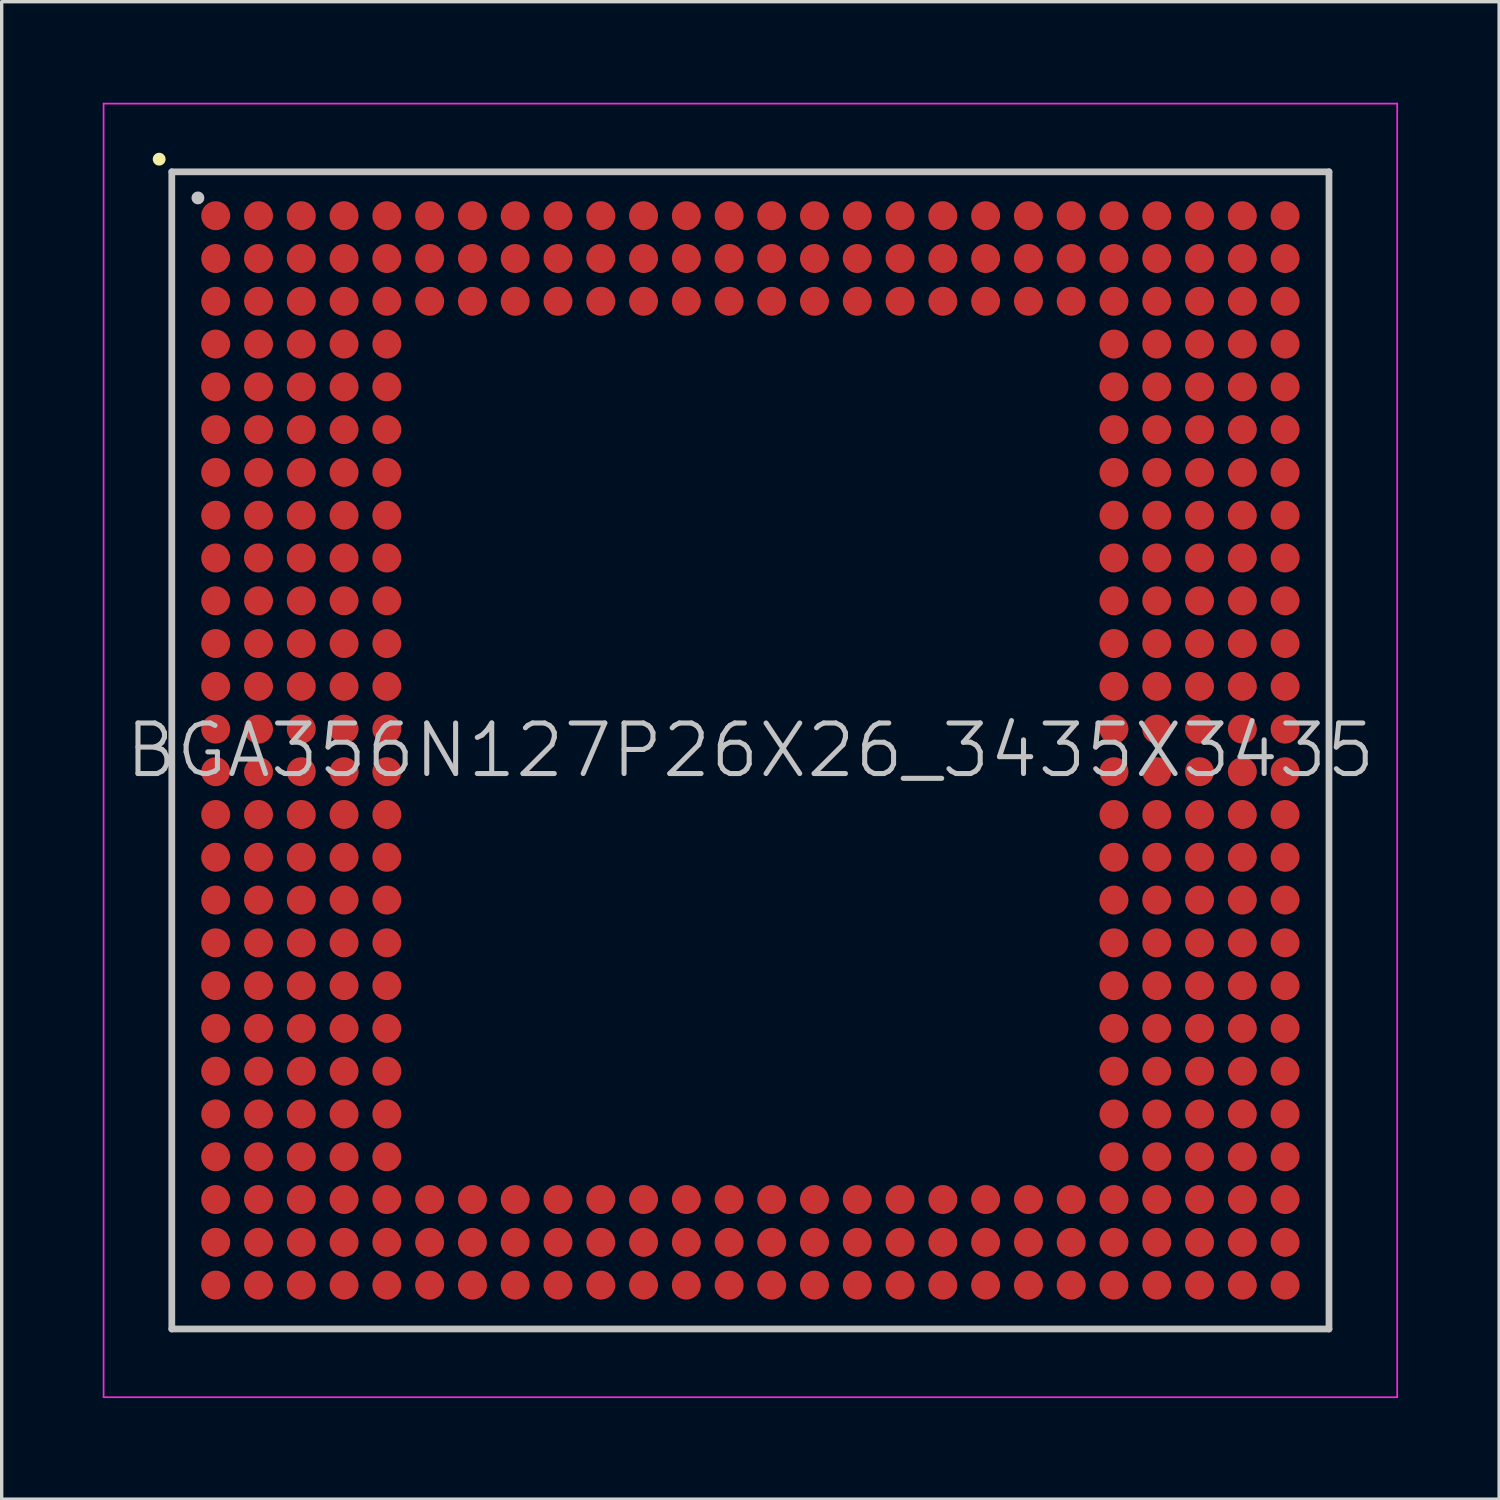
<source format=kicad_pcb>
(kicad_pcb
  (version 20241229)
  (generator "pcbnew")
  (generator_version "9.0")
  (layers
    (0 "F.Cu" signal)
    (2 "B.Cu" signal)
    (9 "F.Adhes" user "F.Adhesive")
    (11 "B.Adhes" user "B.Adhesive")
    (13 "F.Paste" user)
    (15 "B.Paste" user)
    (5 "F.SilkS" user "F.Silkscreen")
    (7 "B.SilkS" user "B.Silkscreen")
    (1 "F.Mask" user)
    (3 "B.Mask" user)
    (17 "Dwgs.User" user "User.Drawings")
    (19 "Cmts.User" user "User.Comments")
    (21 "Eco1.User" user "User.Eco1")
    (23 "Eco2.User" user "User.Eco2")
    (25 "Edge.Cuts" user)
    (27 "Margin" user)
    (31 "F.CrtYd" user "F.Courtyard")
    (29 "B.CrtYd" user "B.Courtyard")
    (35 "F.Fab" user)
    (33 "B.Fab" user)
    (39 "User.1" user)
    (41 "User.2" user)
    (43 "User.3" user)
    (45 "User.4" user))
  (footprint "BGA356N127P26X26_3435X3435"
    (layer "F.Cu")
    (at 19.225 19.225)
    (property "Reference" "BGA356N127P26X26_3435X3435" (at 0 0 0) (layer "Dwgs.User") (effects (font (size 1.5 1.5) (thickness 0.15))))
    (attr smd)
    (fp_line (start -17.55 -17.55) (end -17.55 -17.55) (stroke (width 0.381) (type solid)) (layer "F.SilkS"))
    (fp_line (start -17.175 -17.175) (end -17.175 17.175) (stroke (width 0.2) (type solid)) (layer "Dwgs.User"))
    (fp_line (start -17.175 -17.175) (end 17.175 -17.175) (stroke (width 0.2) (type solid)) (layer "Dwgs.User"))
    (fp_line (start -17.175 17.175) (end 17.175 17.175) (stroke (width 0.2) (type solid)) (layer "Dwgs.User"))
    (fp_line (start -16.4 -16.4) (end -16.4 -16.4) (stroke (width 0.381) (type solid)) (layer "Dwgs.User"))
    (fp_line (start 17.175 -17.175) (end 17.175 17.175) (stroke (width 0.2) (type solid)) (layer "Dwgs.User"))
    (fp_line (start -19.2 -19.2) (end -19.2 19.2) (stroke (width 0.05) (type solid)) (layer "F.CrtYd"))
    (fp_line (start -19.2 -19.2) (end 19.2 -19.2) (stroke (width 0.05) (type solid)) (layer "F.CrtYd"))
    (fp_line (start -19.2 19.2) (end 19.2 19.2) (stroke (width 0.05) (type solid)) (layer "F.CrtYd"))
    (fp_line (start 19.2 -19.2) (end 19.2 19.2) (stroke (width 0.05) (type solid)) (layer "F.CrtYd"))
    (pad "A1" smd circle (at -15.872 -15.872 270) (size 0.86 0.86) (layers "F.Cu" "F.Mask" "F.Paste"))
    (pad "A2" smd circle (at -14.602 -15.872 270) (size 0.86 0.86) (layers "F.Cu" "F.Mask" "F.Paste"))
    (pad "A3" smd circle (at -13.332 -15.872 270) (size 0.86 0.86) (layers "F.Cu" "F.Mask" "F.Paste"))
    (pad "A4" smd circle (at -12.062 -15.872 270) (size 0.86 0.86) (layers "F.Cu" "F.Mask" "F.Paste"))
    (pad "A5" smd circle (at -10.792 -15.872 270) (size 0.86 0.86) (layers "F.Cu" "F.Mask" "F.Paste"))
    (pad "A6" smd circle (at -9.522 -15.872 270) (size 0.86 0.86) (layers "F.Cu" "F.Mask" "F.Paste"))
    (pad "A7" smd circle (at -8.252 -15.872 270) (size 0.86 0.86) (layers "F.Cu" "F.Mask" "F.Paste"))
    (pad "A8" smd circle (at -6.982 -15.872 270) (size 0.86 0.86) (layers "F.Cu" "F.Mask" "F.Paste"))
    (pad "A9" smd circle (at -5.712 -15.872 270) (size 0.86 0.86) (layers "F.Cu" "F.Mask" "F.Paste"))
    (pad "A10" smd circle (at -4.442 -15.872 270) (size 0.86 0.86) (layers "F.Cu" "F.Mask" "F.Paste"))
    (pad "A11" smd circle (at -3.172 -15.872 270) (size 0.86 0.86) (layers "F.Cu" "F.Mask" "F.Paste"))
    (pad "A12" smd circle (at -1.902 -15.872 270) (size 0.86 0.86) (layers "F.Cu" "F.Mask" "F.Paste"))
    (pad "A13" smd circle (at -0.632 -15.872 270) (size 0.86 0.86) (layers "F.Cu" "F.Mask" "F.Paste"))
    (pad "A14" smd circle (at 0.632 -15.872 270) (size 0.86 0.86) (layers "F.Cu" "F.Mask" "F.Paste"))
    (pad "A15" smd circle (at 1.902 -15.872 270) (size 0.86 0.86) (layers "F.Cu" "F.Mask" "F.Paste"))
    (pad "A16" smd circle (at 3.172 -15.872 270) (size 0.86 0.86) (layers "F.Cu" "F.Mask" "F.Paste"))
    (pad "A17" smd circle (at 4.442 -15.872 270) (size 0.86 0.86) (layers "F.Cu" "F.Mask" "F.Paste"))
    (pad "A18" smd circle (at 5.712 -15.872 270) (size 0.86 0.86) (layers "F.Cu" "F.Mask" "F.Paste"))
    (pad "A19" smd circle (at 6.982 -15.872 270) (size 0.86 0.86) (layers "F.Cu" "F.Mask" "F.Paste"))
    (pad "A20" smd circle (at 8.252 -15.872 270) (size 0.86 0.86) (layers "F.Cu" "F.Mask" "F.Paste"))
    (pad "A21" smd circle (at 9.522 -15.872 270) (size 0.86 0.86) (layers "F.Cu" "F.Mask" "F.Paste"))
    (pad "A22" smd circle (at 10.792 -15.872 270) (size 0.86 0.86) (layers "F.Cu" "F.Mask" "F.Paste"))
    (pad "A23" smd circle (at 12.062 -15.872 270) (size 0.86 0.86) (layers "F.Cu" "F.Mask" "F.Paste"))
    (pad "A24" smd circle (at 13.332 -15.872 270) (size 0.86 0.86) (layers "F.Cu" "F.Mask" "F.Paste"))
    (pad "A25" smd circle (at 14.602 -15.872 270) (size 0.86 0.86) (layers "F.Cu" "F.Mask" "F.Paste"))
    (pad "A26" smd circle (at 15.872 -15.872 270) (size 0.86 0.86) (layers "F.Cu" "F.Mask" "F.Paste"))
    (pad "AA1" smd circle (at -15.872 9.522 270) (size 0.86 0.86) (layers "F.Cu" "F.Mask" "F.Paste"))
    (pad "AA2" smd circle (at -14.602 9.522 270) (size 0.86 0.86) (layers "F.Cu" "F.Mask" "F.Paste"))
    (pad "AA3" smd circle (at -13.332 9.522 270) (size 0.86 0.86) (layers "F.Cu" "F.Mask" "F.Paste"))
    (pad "AA4" smd circle (at -12.062 9.522 270) (size 0.86 0.86) (layers "F.Cu" "F.Mask" "F.Paste"))
    (pad "AA5" smd circle (at -10.792 9.522 270) (size 0.86 0.86) (layers "F.Cu" "F.Mask" "F.Paste"))
    (pad "AA22" smd circle (at 10.792 9.522 270) (size 0.86 0.86) (layers "F.Cu" "F.Mask" "F.Paste"))
    (pad "AA23" smd circle (at 12.062 9.522 270) (size 0.86 0.86) (layers "F.Cu" "F.Mask" "F.Paste"))
    (pad "AA24" smd circle (at 13.332 9.522 270) (size 0.86 0.86) (layers "F.Cu" "F.Mask" "F.Paste"))
    (pad "AA25" smd circle (at 14.602 9.522 270) (size 0.86 0.86) (layers "F.Cu" "F.Mask" "F.Paste"))
    (pad "AA26" smd circle (at 15.872 9.522 270) (size 0.86 0.86) (layers "F.Cu" "F.Mask" "F.Paste"))
    (pad "AB1" smd circle (at -15.872 10.792 270) (size 0.86 0.86) (layers "F.Cu" "F.Mask" "F.Paste"))
    (pad "AB2" smd circle (at -14.602 10.792 270) (size 0.86 0.86) (layers "F.Cu" "F.Mask" "F.Paste"))
    (pad "AB3" smd circle (at -13.332 10.792 270) (size 0.86 0.86) (layers "F.Cu" "F.Mask" "F.Paste"))
    (pad "AB4" smd circle (at -12.062 10.792 270) (size 0.86 0.86) (layers "F.Cu" "F.Mask" "F.Paste"))
    (pad "AB5" smd circle (at -10.792 10.792 270) (size 0.86 0.86) (layers "F.Cu" "F.Mask" "F.Paste"))
    (pad "AB22" smd circle (at 10.792 10.792 270) (size 0.86 0.86) (layers "F.Cu" "F.Mask" "F.Paste"))
    (pad "AB23" smd circle (at 12.062 10.792 270) (size 0.86 0.86) (layers "F.Cu" "F.Mask" "F.Paste"))
    (pad "AB24" smd circle (at 13.332 10.792 270) (size 0.86 0.86) (layers "F.Cu" "F.Mask" "F.Paste"))
    (pad "AB25" smd circle (at 14.602 10.792 270) (size 0.86 0.86) (layers "F.Cu" "F.Mask" "F.Paste"))
    (pad "AB26" smd circle (at 15.872 10.792 270) (size 0.86 0.86) (layers "F.Cu" "F.Mask" "F.Paste"))
    (pad "AC1" smd circle (at -15.872 12.062 270) (size 0.86 0.86) (layers "F.Cu" "F.Mask" "F.Paste"))
    (pad "AC2" smd circle (at -14.602 12.062 270) (size 0.86 0.86) (layers "F.Cu" "F.Mask" "F.Paste"))
    (pad "AC3" smd circle (at -13.332 12.062 270) (size 0.86 0.86) (layers "F.Cu" "F.Mask" "F.Paste"))
    (pad "AC4" smd circle (at -12.062 12.062 270) (size 0.86 0.86) (layers "F.Cu" "F.Mask" "F.Paste"))
    (pad "AC5" smd circle (at -10.792 12.062 270) (size 0.86 0.86) (layers "F.Cu" "F.Mask" "F.Paste"))
    (pad "AC22" smd circle (at 10.792 12.062 270) (size 0.86 0.86) (layers "F.Cu" "F.Mask" "F.Paste"))
    (pad "AC23" smd circle (at 12.062 12.062 270) (size 0.86 0.86) (layers "F.Cu" "F.Mask" "F.Paste"))
    (pad "AC24" smd circle (at 13.332 12.062 270) (size 0.86 0.86) (layers "F.Cu" "F.Mask" "F.Paste"))
    (pad "AC25" smd circle (at 14.602 12.062 270) (size 0.86 0.86) (layers "F.Cu" "F.Mask" "F.Paste"))
    (pad "AC26" smd circle (at 15.872 12.062 270) (size 0.86 0.86) (layers "F.Cu" "F.Mask" "F.Paste"))
    (pad "AD1" smd circle (at -15.872 13.332 270) (size 0.86 0.86) (layers "F.Cu" "F.Mask" "F.Paste"))
    (pad "AD2" smd circle (at -14.602 13.332 270) (size 0.86 0.86) (layers "F.Cu" "F.Mask" "F.Paste"))
    (pad "AD3" smd circle (at -13.332 13.332 270) (size 0.86 0.86) (layers "F.Cu" "F.Mask" "F.Paste"))
    (pad "AD4" smd circle (at -12.062 13.332 270) (size 0.86 0.86) (layers "F.Cu" "F.Mask" "F.Paste"))
    (pad "AD5" smd circle (at -10.792 13.332 270) (size 0.86 0.86) (layers "F.Cu" "F.Mask" "F.Paste"))
    (pad "AD6" smd circle (at -9.522 13.332 270) (size 0.86 0.86) (layers "F.Cu" "F.Mask" "F.Paste"))
    (pad "AD7" smd circle (at -8.252 13.332 270) (size 0.86 0.86) (layers "F.Cu" "F.Mask" "F.Paste"))
    (pad "AD8" smd circle (at -6.982 13.332 270) (size 0.86 0.86) (layers "F.Cu" "F.Mask" "F.Paste"))
    (pad "AD9" smd circle (at -5.712 13.332 270) (size 0.86 0.86) (layers "F.Cu" "F.Mask" "F.Paste"))
    (pad "AD10" smd circle (at -4.442 13.332 270) (size 0.86 0.86) (layers "F.Cu" "F.Mask" "F.Paste"))
    (pad "AD11" smd circle (at -3.172 13.332 270) (size 0.86 0.86) (layers "F.Cu" "F.Mask" "F.Paste"))
    (pad "AD12" smd circle (at -1.902 13.332 270) (size 0.86 0.86) (layers "F.Cu" "F.Mask" "F.Paste"))
    (pad "AD13" smd circle (at -0.632 13.332 270) (size 0.86 0.86) (layers "F.Cu" "F.Mask" "F.Paste"))
    (pad "AD14" smd circle (at 0.632 13.332 270) (size 0.86 0.86) (layers "F.Cu" "F.Mask" "F.Paste"))
    (pad "AD15" smd circle (at 1.902 13.332 270) (size 0.86 0.86) (layers "F.Cu" "F.Mask" "F.Paste"))
    (pad "AD16" smd circle (at 3.172 13.332 270) (size 0.86 0.86) (layers "F.Cu" "F.Mask" "F.Paste"))
    (pad "AD17" smd circle (at 4.442 13.332 270) (size 0.86 0.86) (layers "F.Cu" "F.Mask" "F.Paste"))
    (pad "AD18" smd circle (at 5.712 13.332 270) (size 0.86 0.86) (layers "F.Cu" "F.Mask" "F.Paste"))
    (pad "AD19" smd circle (at 6.982 13.332 270) (size 0.86 0.86) (layers "F.Cu" "F.Mask" "F.Paste"))
    (pad "AD20" smd circle (at 8.252 13.332 270) (size 0.86 0.86) (layers "F.Cu" "F.Mask" "F.Paste"))
    (pad "AD21" smd circle (at 9.522 13.332 270) (size 0.86 0.86) (layers "F.Cu" "F.Mask" "F.Paste"))
    (pad "AD22" smd circle (at 10.792 13.332 270) (size 0.86 0.86) (layers "F.Cu" "F.Mask" "F.Paste"))
    (pad "AD23" smd circle (at 12.062 13.332 270) (size 0.86 0.86) (layers "F.Cu" "F.Mask" "F.Paste"))
    (pad "AD24" smd circle (at 13.332 13.332 270) (size 0.86 0.86) (layers "F.Cu" "F.Mask" "F.Paste"))
    (pad "AD25" smd circle (at 14.602 13.332 270) (size 0.86 0.86) (layers "F.Cu" "F.Mask" "F.Paste"))
    (pad "AD26" smd circle (at 15.872 13.332 270) (size 0.86 0.86) (layers "F.Cu" "F.Mask" "F.Paste"))
    (pad "AE1" smd circle (at -15.872 14.602 270) (size 0.86 0.86) (layers "F.Cu" "F.Mask" "F.Paste"))
    (pad "AE2" smd circle (at -14.602 14.602 270) (size 0.86 0.86) (layers "F.Cu" "F.Mask" "F.Paste"))
    (pad "AE3" smd circle (at -13.332 14.602 270) (size 0.86 0.86) (layers "F.Cu" "F.Mask" "F.Paste"))
    (pad "AE4" smd circle (at -12.062 14.602 270) (size 0.86 0.86) (layers "F.Cu" "F.Mask" "F.Paste"))
    (pad "AE5" smd circle (at -10.792 14.602 270) (size 0.86 0.86) (layers "F.Cu" "F.Mask" "F.Paste"))
    (pad "AE6" smd circle (at -9.522 14.602 270) (size 0.86 0.86) (layers "F.Cu" "F.Mask" "F.Paste"))
    (pad "AE7" smd circle (at -8.252 14.602 270) (size 0.86 0.86) (layers "F.Cu" "F.Mask" "F.Paste"))
    (pad "AE8" smd circle (at -6.982 14.602 270) (size 0.86 0.86) (layers "F.Cu" "F.Mask" "F.Paste"))
    (pad "AE9" smd circle (at -5.712 14.602 270) (size 0.86 0.86) (layers "F.Cu" "F.Mask" "F.Paste"))
    (pad "AE10" smd circle (at -4.442 14.602 270) (size 0.86 0.86) (layers "F.Cu" "F.Mask" "F.Paste"))
    (pad "AE11" smd circle (at -3.172 14.602 270) (size 0.86 0.86) (layers "F.Cu" "F.Mask" "F.Paste"))
    (pad "AE12" smd circle (at -1.902 14.602 270) (size 0.86 0.86) (layers "F.Cu" "F.Mask" "F.Paste"))
    (pad "AE13" smd circle (at -0.632 14.602 270) (size 0.86 0.86) (layers "F.Cu" "F.Mask" "F.Paste"))
    (pad "AE14" smd circle (at 0.632 14.602 270) (size 0.86 0.86) (layers "F.Cu" "F.Mask" "F.Paste"))
    (pad "AE15" smd circle (at 1.902 14.602 270) (size 0.86 0.86) (layers "F.Cu" "F.Mask" "F.Paste"))
    (pad "AE16" smd circle (at 3.172 14.602 270) (size 0.86 0.86) (layers "F.Cu" "F.Mask" "F.Paste"))
    (pad "AE17" smd circle (at 4.442 14.602 270) (size 0.86 0.86) (layers "F.Cu" "F.Mask" "F.Paste"))
    (pad "AE18" smd circle (at 5.712 14.602 270) (size 0.86 0.86) (layers "F.Cu" "F.Mask" "F.Paste"))
    (pad "AE19" smd circle (at 6.982 14.602 270) (size 0.86 0.86) (layers "F.Cu" "F.Mask" "F.Paste"))
    (pad "AE20" smd circle (at 8.252 14.602 270) (size 0.86 0.86) (layers "F.Cu" "F.Mask" "F.Paste"))
    (pad "AE21" smd circle (at 9.522 14.602 270) (size 0.86 0.86) (layers "F.Cu" "F.Mask" "F.Paste"))
    (pad "AE22" smd circle (at 10.792 14.602 270) (size 0.86 0.86) (layers "F.Cu" "F.Mask" "F.Paste"))
    (pad "AE23" smd circle (at 12.062 14.602 270) (size 0.86 0.86) (layers "F.Cu" "F.Mask" "F.Paste"))
    (pad "AE24" smd circle (at 13.332 14.602 270) (size 0.86 0.86) (layers "F.Cu" "F.Mask" "F.Paste"))
    (pad "AE25" smd circle (at 14.602 14.602 270) (size 0.86 0.86) (layers "F.Cu" "F.Mask" "F.Paste"))
    (pad "AE26" smd circle (at 15.872 14.602 270) (size 0.86 0.86) (layers "F.Cu" "F.Mask" "F.Paste"))
    (pad "AF1" smd circle (at -15.872 15.872 270) (size 0.86 0.86) (layers "F.Cu" "F.Mask" "F.Paste"))
    (pad "AF2" smd circle (at -14.602 15.872 270) (size 0.86 0.86) (layers "F.Cu" "F.Mask" "F.Paste"))
    (pad "AF3" smd circle (at -13.332 15.872 270) (size 0.86 0.86) (layers "F.Cu" "F.Mask" "F.Paste"))
    (pad "AF4" smd circle (at -12.062 15.872 270) (size 0.86 0.86) (layers "F.Cu" "F.Mask" "F.Paste"))
    (pad "AF5" smd circle (at -10.792 15.872 270) (size 0.86 0.86) (layers "F.Cu" "F.Mask" "F.Paste"))
    (pad "AF6" smd circle (at -9.522 15.872 270) (size 0.86 0.86) (layers "F.Cu" "F.Mask" "F.Paste"))
    (pad "AF7" smd circle (at -8.252 15.872 270) (size 0.86 0.86) (layers "F.Cu" "F.Mask" "F.Paste"))
    (pad "AF8" smd circle (at -6.982 15.872 270) (size 0.86 0.86) (layers "F.Cu" "F.Mask" "F.Paste"))
    (pad "AF9" smd circle (at -5.712 15.872 270) (size 0.86 0.86) (layers "F.Cu" "F.Mask" "F.Paste"))
    (pad "AF10" smd circle (at -4.442 15.872 270) (size 0.86 0.86) (layers "F.Cu" "F.Mask" "F.Paste"))
    (pad "AF11" smd circle (at -3.172 15.872 270) (size 0.86 0.86) (layers "F.Cu" "F.Mask" "F.Paste"))
    (pad "AF12" smd circle (at -1.902 15.872 270) (size 0.86 0.86) (layers "F.Cu" "F.Mask" "F.Paste"))
    (pad "AF13" smd circle (at -0.632 15.872 270) (size 0.86 0.86) (layers "F.Cu" "F.Mask" "F.Paste"))
    (pad "AF14" smd circle (at 0.632 15.872 270) (size 0.86 0.86) (layers "F.Cu" "F.Mask" "F.Paste"))
    (pad "AF15" smd circle (at 1.902 15.872 270) (size 0.86 0.86) (layers "F.Cu" "F.Mask" "F.Paste"))
    (pad "AF16" smd circle (at 3.172 15.872 270) (size 0.86 0.86) (layers "F.Cu" "F.Mask" "F.Paste"))
    (pad "AF17" smd circle (at 4.442 15.872 270) (size 0.86 0.86) (layers "F.Cu" "F.Mask" "F.Paste"))
    (pad "AF18" smd circle (at 5.712 15.872 270) (size 0.86 0.86) (layers "F.Cu" "F.Mask" "F.Paste"))
    (pad "AF19" smd circle (at 6.982 15.872 270) (size 0.86 0.86) (layers "F.Cu" "F.Mask" "F.Paste"))
    (pad "AF20" smd circle (at 8.252 15.872 270) (size 0.86 0.86) (layers "F.Cu" "F.Mask" "F.Paste"))
    (pad "AF21" smd circle (at 9.522 15.872 270) (size 0.86 0.86) (layers "F.Cu" "F.Mask" "F.Paste"))
    (pad "AF22" smd circle (at 10.792 15.872 270) (size 0.86 0.86) (layers "F.Cu" "F.Mask" "F.Paste"))
    (pad "AF23" smd circle (at 12.062 15.872 270) (size 0.86 0.86) (layers "F.Cu" "F.Mask" "F.Paste"))
    (pad "AF24" smd circle (at 13.332 15.872 270) (size 0.86 0.86) (layers "F.Cu" "F.Mask" "F.Paste"))
    (pad "AF25" smd circle (at 14.602 15.872 270) (size 0.86 0.86) (layers "F.Cu" "F.Mask" "F.Paste"))
    (pad "AF26" smd circle (at 15.872 15.872 270) (size 0.86 0.86) (layers "F.Cu" "F.Mask" "F.Paste"))
    (pad "B1" smd circle (at -15.872 -14.602 270) (size 0.86 0.86) (layers "F.Cu" "F.Mask" "F.Paste"))
    (pad "B2" smd circle (at -14.602 -14.602 270) (size 0.86 0.86) (layers "F.Cu" "F.Mask" "F.Paste"))
    (pad "B3" smd circle (at -13.332 -14.602 270) (size 0.86 0.86) (layers "F.Cu" "F.Mask" "F.Paste"))
    (pad "B4" smd circle (at -12.062 -14.602 270) (size 0.86 0.86) (layers "F.Cu" "F.Mask" "F.Paste"))
    (pad "B5" smd circle (at -10.792 -14.602 270) (size 0.86 0.86) (layers "F.Cu" "F.Mask" "F.Paste"))
    (pad "B6" smd circle (at -9.522 -14.602 270) (size 0.86 0.86) (layers "F.Cu" "F.Mask" "F.Paste"))
    (pad "B7" smd circle (at -8.252 -14.602 270) (size 0.86 0.86) (layers "F.Cu" "F.Mask" "F.Paste"))
    (pad "B8" smd circle (at -6.982 -14.602 270) (size 0.86 0.86) (layers "F.Cu" "F.Mask" "F.Paste"))
    (pad "B9" smd circle (at -5.712 -14.602 270) (size 0.86 0.86) (layers "F.Cu" "F.Mask" "F.Paste"))
    (pad "B10" smd circle (at -4.442 -14.602 270) (size 0.86 0.86) (layers "F.Cu" "F.Mask" "F.Paste"))
    (pad "B11" smd circle (at -3.172 -14.602 270) (size 0.86 0.86) (layers "F.Cu" "F.Mask" "F.Paste"))
    (pad "B12" smd circle (at -1.902 -14.602 270) (size 0.86 0.86) (layers "F.Cu" "F.Mask" "F.Paste"))
    (pad "B13" smd circle (at -0.632 -14.602 270) (size 0.86 0.86) (layers "F.Cu" "F.Mask" "F.Paste"))
    (pad "B14" smd circle (at 0.632 -14.602 270) (size 0.86 0.86) (layers "F.Cu" "F.Mask" "F.Paste"))
    (pad "B15" smd circle (at 1.902 -14.602 270) (size 0.86 0.86) (layers "F.Cu" "F.Mask" "F.Paste"))
    (pad "B16" smd circle (at 3.172 -14.602 270) (size 0.86 0.86) (layers "F.Cu" "F.Mask" "F.Paste"))
    (pad "B17" smd circle (at 4.442 -14.602 270) (size 0.86 0.86) (layers "F.Cu" "F.Mask" "F.Paste"))
    (pad "B18" smd circle (at 5.712 -14.602 270) (size 0.86 0.86) (layers "F.Cu" "F.Mask" "F.Paste"))
    (pad "B19" smd circle (at 6.982 -14.602 270) (size 0.86 0.86) (layers "F.Cu" "F.Mask" "F.Paste"))
    (pad "B20" smd circle (at 8.252 -14.602 270) (size 0.86 0.86) (layers "F.Cu" "F.Mask" "F.Paste"))
    (pad "B21" smd circle (at 9.522 -14.602 270) (size 0.86 0.86) (layers "F.Cu" "F.Mask" "F.Paste"))
    (pad "B22" smd circle (at 10.792 -14.602 270) (size 0.86 0.86) (layers "F.Cu" "F.Mask" "F.Paste"))
    (pad "B23" smd circle (at 12.062 -14.602 270) (size 0.86 0.86) (layers "F.Cu" "F.Mask" "F.Paste"))
    (pad "B24" smd circle (at 13.332 -14.602 270) (size 0.86 0.86) (layers "F.Cu" "F.Mask" "F.Paste"))
    (pad "B25" smd circle (at 14.602 -14.602 270) (size 0.86 0.86) (layers "F.Cu" "F.Mask" "F.Paste"))
    (pad "B26" smd circle (at 15.872 -14.602 270) (size 0.86 0.86) (layers "F.Cu" "F.Mask" "F.Paste"))
    (pad "C1" smd circle (at -15.872 -13.332 270) (size 0.86 0.86) (layers "F.Cu" "F.Mask" "F.Paste"))
    (pad "C2" smd circle (at -14.602 -13.332 270) (size 0.86 0.86) (layers "F.Cu" "F.Mask" "F.Paste"))
    (pad "C3" smd circle (at -13.332 -13.332 270) (size 0.86 0.86) (layers "F.Cu" "F.Mask" "F.Paste"))
    (pad "C4" smd circle (at -12.062 -13.332 270) (size 0.86 0.86) (layers "F.Cu" "F.Mask" "F.Paste"))
    (pad "C5" smd circle (at -10.792 -13.332 270) (size 0.86 0.86) (layers "F.Cu" "F.Mask" "F.Paste"))
    (pad "C6" smd circle (at -9.522 -13.332 270) (size 0.86 0.86) (layers "F.Cu" "F.Mask" "F.Paste"))
    (pad "C7" smd circle (at -8.252 -13.332 270) (size 0.86 0.86) (layers "F.Cu" "F.Mask" "F.Paste"))
    (pad "C8" smd circle (at -6.982 -13.332 270) (size 0.86 0.86) (layers "F.Cu" "F.Mask" "F.Paste"))
    (pad "C9" smd circle (at -5.712 -13.332 270) (size 0.86 0.86) (layers "F.Cu" "F.Mask" "F.Paste"))
    (pad "C10" smd circle (at -4.442 -13.332 270) (size 0.86 0.86) (layers "F.Cu" "F.Mask" "F.Paste"))
    (pad "C11" smd circle (at -3.172 -13.332 270) (size 0.86 0.86) (layers "F.Cu" "F.Mask" "F.Paste"))
    (pad "C12" smd circle (at -1.902 -13.332 270) (size 0.86 0.86) (layers "F.Cu" "F.Mask" "F.Paste"))
    (pad "C13" smd circle (at -0.632 -13.332 270) (size 0.86 0.86) (layers "F.Cu" "F.Mask" "F.Paste"))
    (pad "C14" smd circle (at 0.632 -13.332 270) (size 0.86 0.86) (layers "F.Cu" "F.Mask" "F.Paste"))
    (pad "C15" smd circle (at 1.902 -13.332 270) (size 0.86 0.86) (layers "F.Cu" "F.Mask" "F.Paste"))
    (pad "C16" smd circle (at 3.172 -13.332 270) (size 0.86 0.86) (layers "F.Cu" "F.Mask" "F.Paste"))
    (pad "C17" smd circle (at 4.442 -13.332 270) (size 0.86 0.86) (layers "F.Cu" "F.Mask" "F.Paste"))
    (pad "C18" smd circle (at 5.712 -13.332 270) (size 0.86 0.86) (layers "F.Cu" "F.Mask" "F.Paste"))
    (pad "C19" smd circle (at 6.982 -13.332 270) (size 0.86 0.86) (layers "F.Cu" "F.Mask" "F.Paste"))
    (pad "C20" smd circle (at 8.252 -13.332 270) (size 0.86 0.86) (layers "F.Cu" "F.Mask" "F.Paste"))
    (pad "C21" smd circle (at 9.522 -13.332 270) (size 0.86 0.86) (layers "F.Cu" "F.Mask" "F.Paste"))
    (pad "C22" smd circle (at 10.792 -13.332 270) (size 0.86 0.86) (layers "F.Cu" "F.Mask" "F.Paste"))
    (pad "C23" smd circle (at 12.062 -13.332 270) (size 0.86 0.86) (layers "F.Cu" "F.Mask" "F.Paste"))
    (pad "C24" smd circle (at 13.332 -13.332 270) (size 0.86 0.86) (layers "F.Cu" "F.Mask" "F.Paste"))
    (pad "C25" smd circle (at 14.602 -13.332 270) (size 0.86 0.86) (layers "F.Cu" "F.Mask" "F.Paste"))
    (pad "C26" smd circle (at 15.872 -13.332 270) (size 0.86 0.86) (layers "F.Cu" "F.Mask" "F.Paste"))
    (pad "D1" smd circle (at -15.872 -12.062 270) (size 0.86 0.86) (layers "F.Cu" "F.Mask" "F.Paste"))
    (pad "D2" smd circle (at -14.602 -12.062 270) (size 0.86 0.86) (layers "F.Cu" "F.Mask" "F.Paste"))
    (pad "D3" smd circle (at -13.332 -12.062 270) (size 0.86 0.86) (layers "F.Cu" "F.Mask" "F.Paste"))
    (pad "D4" smd circle (at -12.062 -12.062 270) (size 0.86 0.86) (layers "F.Cu" "F.Mask" "F.Paste"))
    (pad "D5" smd circle (at -10.792 -12.062 270) (size 0.86 0.86) (layers "F.Cu" "F.Mask" "F.Paste"))
    (pad "D22" smd circle (at 10.792 -12.062 270) (size 0.86 0.86) (layers "F.Cu" "F.Mask" "F.Paste"))
    (pad "D23" smd circle (at 12.062 -12.062 270) (size 0.86 0.86) (layers "F.Cu" "F.Mask" "F.Paste"))
    (pad "D24" smd circle (at 13.332 -12.062 270) (size 0.86 0.86) (layers "F.Cu" "F.Mask" "F.Paste"))
    (pad "D25" smd circle (at 14.602 -12.062 270) (size 0.86 0.86) (layers "F.Cu" "F.Mask" "F.Paste"))
    (pad "D26" smd circle (at 15.872 -12.062 270) (size 0.86 0.86) (layers "F.Cu" "F.Mask" "F.Paste"))
    (pad "E1" smd circle (at -15.872 -10.792 270) (size 0.86 0.86) (layers "F.Cu" "F.Mask" "F.Paste"))
    (pad "E2" smd circle (at -14.602 -10.792 270) (size 0.86 0.86) (layers "F.Cu" "F.Mask" "F.Paste"))
    (pad "E3" smd circle (at -13.332 -10.792 270) (size 0.86 0.86) (layers "F.Cu" "F.Mask" "F.Paste"))
    (pad "E4" smd circle (at -12.062 -10.792 270) (size 0.86 0.86) (layers "F.Cu" "F.Mask" "F.Paste"))
    (pad "E5" smd circle (at -10.792 -10.792 270) (size 0.86 0.86) (layers "F.Cu" "F.Mask" "F.Paste"))
    (pad "E22" smd circle (at 10.792 -10.792 270) (size 0.86 0.86) (layers "F.Cu" "F.Mask" "F.Paste"))
    (pad "E23" smd circle (at 12.062 -10.792 270) (size 0.86 0.86) (layers "F.Cu" "F.Mask" "F.Paste"))
    (pad "E24" smd circle (at 13.332 -10.792 270) (size 0.86 0.86) (layers "F.Cu" "F.Mask" "F.Paste"))
    (pad "E25" smd circle (at 14.602 -10.792 270) (size 0.86 0.86) (layers "F.Cu" "F.Mask" "F.Paste"))
    (pad "E26" smd circle (at 15.872 -10.792 270) (size 0.86 0.86) (layers "F.Cu" "F.Mask" "F.Paste"))
    (pad "F1" smd circle (at -15.872 -9.522 270) (size 0.86 0.86) (layers "F.Cu" "F.Mask" "F.Paste"))
    (pad "F2" smd circle (at -14.602 -9.522 270) (size 0.86 0.86) (layers "F.Cu" "F.Mask" "F.Paste"))
    (pad "F3" smd circle (at -13.332 -9.522 270) (size 0.86 0.86) (layers "F.Cu" "F.Mask" "F.Paste"))
    (pad "F4" smd circle (at -12.062 -9.522 270) (size 0.86 0.86) (layers "F.Cu" "F.Mask" "F.Paste"))
    (pad "F5" smd circle (at -10.792 -9.522 270) (size 0.86 0.86) (layers "F.Cu" "F.Mask" "F.Paste"))
    (pad "F22" smd circle (at 10.792 -9.522 270) (size 0.86 0.86) (layers "F.Cu" "F.Mask" "F.Paste"))
    (pad "F23" smd circle (at 12.062 -9.522 270) (size 0.86 0.86) (layers "F.Cu" "F.Mask" "F.Paste"))
    (pad "F24" smd circle (at 13.332 -9.522 270) (size 0.86 0.86) (layers "F.Cu" "F.Mask" "F.Paste"))
    (pad "F25" smd circle (at 14.602 -9.522 270) (size 0.86 0.86) (layers "F.Cu" "F.Mask" "F.Paste"))
    (pad "F26" smd circle (at 15.872 -9.522 270) (size 0.86 0.86) (layers "F.Cu" "F.Mask" "F.Paste"))
    (pad "G1" smd circle (at -15.872 -8.252 270) (size 0.86 0.86) (layers "F.Cu" "F.Mask" "F.Paste"))
    (pad "G2" smd circle (at -14.602 -8.252 270) (size 0.86 0.86) (layers "F.Cu" "F.Mask" "F.Paste"))
    (pad "G3" smd circle (at -13.332 -8.252 270) (size 0.86 0.86) (layers "F.Cu" "F.Mask" "F.Paste"))
    (pad "G4" smd circle (at -12.062 -8.252 270) (size 0.86 0.86) (layers "F.Cu" "F.Mask" "F.Paste"))
    (pad "G5" smd circle (at -10.792 -8.252 270) (size 0.86 0.86) (layers "F.Cu" "F.Mask" "F.Paste"))
    (pad "G22" smd circle (at 10.792 -8.252 270) (size 0.86 0.86) (layers "F.Cu" "F.Mask" "F.Paste"))
    (pad "G23" smd circle (at 12.062 -8.252 270) (size 0.86 0.86) (layers "F.Cu" "F.Mask" "F.Paste"))
    (pad "G24" smd circle (at 13.332 -8.252 270) (size 0.86 0.86) (layers "F.Cu" "F.Mask" "F.Paste"))
    (pad "G25" smd circle (at 14.602 -8.252 270) (size 0.86 0.86) (layers "F.Cu" "F.Mask" "F.Paste"))
    (pad "G26" smd circle (at 15.872 -8.252 270) (size 0.86 0.86) (layers "F.Cu" "F.Mask" "F.Paste"))
    (pad "H1" smd circle (at -15.872 -6.982 270) (size 0.86 0.86) (layers "F.Cu" "F.Mask" "F.Paste"))
    (pad "H2" smd circle (at -14.602 -6.982 270) (size 0.86 0.86) (layers "F.Cu" "F.Mask" "F.Paste"))
    (pad "H3" smd circle (at -13.332 -6.982 270) (size 0.86 0.86) (layers "F.Cu" "F.Mask" "F.Paste"))
    (pad "H4" smd circle (at -12.062 -6.982 270) (size 0.86 0.86) (layers "F.Cu" "F.Mask" "F.Paste"))
    (pad "H5" smd circle (at -10.792 -6.982 270) (size 0.86 0.86) (layers "F.Cu" "F.Mask" "F.Paste"))
    (pad "H22" smd circle (at 10.792 -6.982 270) (size 0.86 0.86) (layers "F.Cu" "F.Mask" "F.Paste"))
    (pad "H23" smd circle (at 12.062 -6.982 270) (size 0.86 0.86) (layers "F.Cu" "F.Mask" "F.Paste"))
    (pad "H24" smd circle (at 13.332 -6.982 270) (size 0.86 0.86) (layers "F.Cu" "F.Mask" "F.Paste"))
    (pad "H25" smd circle (at 14.602 -6.982 270) (size 0.86 0.86) (layers "F.Cu" "F.Mask" "F.Paste"))
    (pad "H26" smd circle (at 15.872 -6.982 270) (size 0.86 0.86) (layers "F.Cu" "F.Mask" "F.Paste"))
    (pad "J1" smd circle (at -15.872 -5.712 270) (size 0.86 0.86) (layers "F.Cu" "F.Mask" "F.Paste"))
    (pad "J2" smd circle (at -14.602 -5.712 270) (size 0.86 0.86) (layers "F.Cu" "F.Mask" "F.Paste"))
    (pad "J3" smd circle (at -13.332 -5.712 270) (size 0.86 0.86) (layers "F.Cu" "F.Mask" "F.Paste"))
    (pad "J4" smd circle (at -12.062 -5.712 270) (size 0.86 0.86) (layers "F.Cu" "F.Mask" "F.Paste"))
    (pad "J5" smd circle (at -10.792 -5.712 270) (size 0.86 0.86) (layers "F.Cu" "F.Mask" "F.Paste"))
    (pad "J22" smd circle (at 10.792 -5.712 270) (size 0.86 0.86) (layers "F.Cu" "F.Mask" "F.Paste"))
    (pad "J23" smd circle (at 12.062 -5.712 270) (size 0.86 0.86) (layers "F.Cu" "F.Mask" "F.Paste"))
    (pad "J24" smd circle (at 13.332 -5.712 270) (size 0.86 0.86) (layers "F.Cu" "F.Mask" "F.Paste"))
    (pad "J25" smd circle (at 14.602 -5.712 270) (size 0.86 0.86) (layers "F.Cu" "F.Mask" "F.Paste"))
    (pad "J26" smd circle (at 15.872 -5.712 270) (size 0.86 0.86) (layers "F.Cu" "F.Mask" "F.Paste"))
    (pad "K1" smd circle (at -15.872 -4.442 270) (size 0.86 0.86) (layers "F.Cu" "F.Mask" "F.Paste"))
    (pad "K2" smd circle (at -14.602 -4.442 270) (size 0.86 0.86) (layers "F.Cu" "F.Mask" "F.Paste"))
    (pad "K3" smd circle (at -13.332 -4.442 270) (size 0.86 0.86) (layers "F.Cu" "F.Mask" "F.Paste"))
    (pad "K4" smd circle (at -12.062 -4.442 270) (size 0.86 0.86) (layers "F.Cu" "F.Mask" "F.Paste"))
    (pad "K5" smd circle (at -10.792 -4.442 270) (size 0.86 0.86) (layers "F.Cu" "F.Mask" "F.Paste"))
    (pad "K22" smd circle (at 10.792 -4.442 270) (size 0.86 0.86) (layers "F.Cu" "F.Mask" "F.Paste"))
    (pad "K23" smd circle (at 12.062 -4.442 270) (size 0.86 0.86) (layers "F.Cu" "F.Mask" "F.Paste"))
    (pad "K24" smd circle (at 13.332 -4.442 270) (size 0.86 0.86) (layers "F.Cu" "F.Mask" "F.Paste"))
    (pad "K25" smd circle (at 14.602 -4.442 270) (size 0.86 0.86) (layers "F.Cu" "F.Mask" "F.Paste"))
    (pad "K26" smd circle (at 15.872 -4.442 270) (size 0.86 0.86) (layers "F.Cu" "F.Mask" "F.Paste"))
    (pad "L1" smd circle (at -15.872 -3.172 270) (size 0.86 0.86) (layers "F.Cu" "F.Mask" "F.Paste"))
    (pad "L2" smd circle (at -14.602 -3.172 270) (size 0.86 0.86) (layers "F.Cu" "F.Mask" "F.Paste"))
    (pad "L3" smd circle (at -13.332 -3.172 270) (size 0.86 0.86) (layers "F.Cu" "F.Mask" "F.Paste"))
    (pad "L4" smd circle (at -12.062 -3.172 270) (size 0.86 0.86) (layers "F.Cu" "F.Mask" "F.Paste"))
    (pad "L5" smd circle (at -10.792 -3.172 270) (size 0.86 0.86) (layers "F.Cu" "F.Mask" "F.Paste"))
    (pad "L22" smd circle (at 10.792 -3.172 270) (size 0.86 0.86) (layers "F.Cu" "F.Mask" "F.Paste"))
    (pad "L23" smd circle (at 12.062 -3.172 270) (size 0.86 0.86) (layers "F.Cu" "F.Mask" "F.Paste"))
    (pad "L24" smd circle (at 13.332 -3.172 270) (size 0.86 0.86) (layers "F.Cu" "F.Mask" "F.Paste"))
    (pad "L25" smd circle (at 14.602 -3.172 270) (size 0.86 0.86) (layers "F.Cu" "F.Mask" "F.Paste"))
    (pad "L26" smd circle (at 15.872 -3.172 270) (size 0.86 0.86) (layers "F.Cu" "F.Mask" "F.Paste"))
    (pad "M1" smd circle (at -15.872 -1.902 270) (size 0.86 0.86) (layers "F.Cu" "F.Mask" "F.Paste"))
    (pad "M2" smd circle (at -14.602 -1.902 270) (size 0.86 0.86) (layers "F.Cu" "F.Mask" "F.Paste"))
    (pad "M3" smd circle (at -13.332 -1.902 270) (size 0.86 0.86) (layers "F.Cu" "F.Mask" "F.Paste"))
    (pad "M4" smd circle (at -12.062 -1.902 270) (size 0.86 0.86) (layers "F.Cu" "F.Mask" "F.Paste"))
    (pad "M5" smd circle (at -10.792 -1.902 270) (size 0.86 0.86) (layers "F.Cu" "F.Mask" "F.Paste"))
    (pad "M22" smd circle (at 10.792 -1.902 270) (size 0.86 0.86) (layers "F.Cu" "F.Mask" "F.Paste"))
    (pad "M23" smd circle (at 12.062 -1.902 270) (size 0.86 0.86) (layers "F.Cu" "F.Mask" "F.Paste"))
    (pad "M24" smd circle (at 13.332 -1.902 270) (size 0.86 0.86) (layers "F.Cu" "F.Mask" "F.Paste"))
    (pad "M25" smd circle (at 14.602 -1.902 270) (size 0.86 0.86) (layers "F.Cu" "F.Mask" "F.Paste"))
    (pad "M26" smd circle (at 15.872 -1.902 270) (size 0.86 0.86) (layers "F.Cu" "F.Mask" "F.Paste"))
    (pad "N1" smd circle (at -15.872 -0.632 270) (size 0.86 0.86) (layers "F.Cu" "F.Mask" "F.Paste"))
    (pad "N2" smd circle (at -14.602 -0.632 270) (size 0.86 0.86) (layers "F.Cu" "F.Mask" "F.Paste"))
    (pad "N3" smd circle (at -13.332 -0.632 270) (size 0.86 0.86) (layers "F.Cu" "F.Mask" "F.Paste"))
    (pad "N4" smd circle (at -12.062 -0.632 270) (size 0.86 0.86) (layers "F.Cu" "F.Mask" "F.Paste"))
    (pad "N5" smd circle (at -10.792 -0.632 270) (size 0.86 0.86) (layers "F.Cu" "F.Mask" "F.Paste"))
    (pad "N22" smd circle (at 10.792 -0.632 270) (size 0.86 0.86) (layers "F.Cu" "F.Mask" "F.Paste"))
    (pad "N23" smd circle (at 12.062 -0.632 270) (size 0.86 0.86) (layers "F.Cu" "F.Mask" "F.Paste"))
    (pad "N24" smd circle (at 13.332 -0.632 270) (size 0.86 0.86) (layers "F.Cu" "F.Mask" "F.Paste"))
    (pad "N25" smd circle (at 14.602 -0.632 270) (size 0.86 0.86) (layers "F.Cu" "F.Mask" "F.Paste"))
    (pad "N26" smd circle (at 15.872 -0.632 270) (size 0.86 0.86) (layers "F.Cu" "F.Mask" "F.Paste"))
    (pad "P1" smd circle (at -15.872 0.632 270) (size 0.86 0.86) (layers "F.Cu" "F.Mask" "F.Paste"))
    (pad "P2" smd circle (at -14.602 0.632 270) (size 0.86 0.86) (layers "F.Cu" "F.Mask" "F.Paste"))
    (pad "P3" smd circle (at -13.332 0.632 270) (size 0.86 0.86) (layers "F.Cu" "F.Mask" "F.Paste"))
    (pad "P4" smd circle (at -12.062 0.632 270) (size 0.86 0.86) (layers "F.Cu" "F.Mask" "F.Paste"))
    (pad "P5" smd circle (at -10.792 0.632 270) (size 0.86 0.86) (layers "F.Cu" "F.Mask" "F.Paste"))
    (pad "P22" smd circle (at 10.792 0.632 270) (size 0.86 0.86) (layers "F.Cu" "F.Mask" "F.Paste"))
    (pad "P23" smd circle (at 12.062 0.632 270) (size 0.86 0.86) (layers "F.Cu" "F.Mask" "F.Paste"))
    (pad "P24" smd circle (at 13.332 0.632 270) (size 0.86 0.86) (layers "F.Cu" "F.Mask" "F.Paste"))
    (pad "P25" smd circle (at 14.602 0.632 270) (size 0.86 0.86) (layers "F.Cu" "F.Mask" "F.Paste"))
    (pad "P26" smd circle (at 15.872 0.632 270) (size 0.86 0.86) (layers "F.Cu" "F.Mask" "F.Paste"))
    (pad "R1" smd circle (at -15.872 1.902 270) (size 0.86 0.86) (layers "F.Cu" "F.Mask" "F.Paste"))
    (pad "R2" smd circle (at -14.602 1.902 270) (size 0.86 0.86) (layers "F.Cu" "F.Mask" "F.Paste"))
    (pad "R3" smd circle (at -13.332 1.902 270) (size 0.86 0.86) (layers "F.Cu" "F.Mask" "F.Paste"))
    (pad "R4" smd circle (at -12.062 1.902 270) (size 0.86 0.86) (layers "F.Cu" "F.Mask" "F.Paste"))
    (pad "R5" smd circle (at -10.792 1.902 270) (size 0.86 0.86) (layers "F.Cu" "F.Mask" "F.Paste"))
    (pad "R22" smd circle (at 10.792 1.902 270) (size 0.86 0.86) (layers "F.Cu" "F.Mask" "F.Paste"))
    (pad "R23" smd circle (at 12.062 1.902 270) (size 0.86 0.86) (layers "F.Cu" "F.Mask" "F.Paste"))
    (pad "R24" smd circle (at 13.332 1.902 270) (size 0.86 0.86) (layers "F.Cu" "F.Mask" "F.Paste"))
    (pad "R25" smd circle (at 14.602 1.902 270) (size 0.86 0.86) (layers "F.Cu" "F.Mask" "F.Paste"))
    (pad "R26" smd circle (at 15.872 1.902 270) (size 0.86 0.86) (layers "F.Cu" "F.Mask" "F.Paste"))
    (pad "T1" smd circle (at -15.872 3.172 270) (size 0.86 0.86) (layers "F.Cu" "F.Mask" "F.Paste"))
    (pad "T2" smd circle (at -14.602 3.172 270) (size 0.86 0.86) (layers "F.Cu" "F.Mask" "F.Paste"))
    (pad "T3" smd circle (at -13.332 3.172 270) (size 0.86 0.86) (layers "F.Cu" "F.Mask" "F.Paste"))
    (pad "T4" smd circle (at -12.062 3.172 270) (size 0.86 0.86) (layers "F.Cu" "F.Mask" "F.Paste"))
    (pad "T5" smd circle (at -10.792 3.172 270) (size 0.86 0.86) (layers "F.Cu" "F.Mask" "F.Paste"))
    (pad "T22" smd circle (at 10.792 3.172 270) (size 0.86 0.86) (layers "F.Cu" "F.Mask" "F.Paste"))
    (pad "T23" smd circle (at 12.062 3.172 270) (size 0.86 0.86) (layers "F.Cu" "F.Mask" "F.Paste"))
    (pad "T24" smd circle (at 13.332 3.172 270) (size 0.86 0.86) (layers "F.Cu" "F.Mask" "F.Paste"))
    (pad "T25" smd circle (at 14.602 3.172 270) (size 0.86 0.86) (layers "F.Cu" "F.Mask" "F.Paste"))
    (pad "T26" smd circle (at 15.872 3.172 270) (size 0.86 0.86) (layers "F.Cu" "F.Mask" "F.Paste"))
    (pad "U1" smd circle (at -15.872 4.442 270) (size 0.86 0.86) (layers "F.Cu" "F.Mask" "F.Paste"))
    (pad "U2" smd circle (at -14.602 4.442 270) (size 0.86 0.86) (layers "F.Cu" "F.Mask" "F.Paste"))
    (pad "U3" smd circle (at -13.332 4.442 270) (size 0.86 0.86) (layers "F.Cu" "F.Mask" "F.Paste"))
    (pad "U4" smd circle (at -12.062 4.442 270) (size 0.86 0.86) (layers "F.Cu" "F.Mask" "F.Paste"))
    (pad "U5" smd circle (at -10.792 4.442 270) (size 0.86 0.86) (layers "F.Cu" "F.Mask" "F.Paste"))
    (pad "U22" smd circle (at 10.792 4.442 270) (size 0.86 0.86) (layers "F.Cu" "F.Mask" "F.Paste"))
    (pad "U23" smd circle (at 12.062 4.442 270) (size 0.86 0.86) (layers "F.Cu" "F.Mask" "F.Paste"))
    (pad "U24" smd circle (at 13.332 4.442 270) (size 0.86 0.86) (layers "F.Cu" "F.Mask" "F.Paste"))
    (pad "U25" smd circle (at 14.602 4.442 270) (size 0.86 0.86) (layers "F.Cu" "F.Mask" "F.Paste"))
    (pad "U26" smd circle (at 15.872 4.442 270) (size 0.86 0.86) (layers "F.Cu" "F.Mask" "F.Paste"))
    (pad "V1" smd circle (at -15.872 5.712 270) (size 0.86 0.86) (layers "F.Cu" "F.Mask" "F.Paste"))
    (pad "V2" smd circle (at -14.602 5.712 270) (size 0.86 0.86) (layers "F.Cu" "F.Mask" "F.Paste"))
    (pad "V3" smd circle (at -13.332 5.712 270) (size 0.86 0.86) (layers "F.Cu" "F.Mask" "F.Paste"))
    (pad "V4" smd circle (at -12.062 5.712 270) (size 0.86 0.86) (layers "F.Cu" "F.Mask" "F.Paste"))
    (pad "V5" smd circle (at -10.792 5.712 270) (size 0.86 0.86) (layers "F.Cu" "F.Mask" "F.Paste"))
    (pad "V22" smd circle (at 10.792 5.712 270) (size 0.86 0.86) (layers "F.Cu" "F.Mask" "F.Paste"))
    (pad "V23" smd circle (at 12.062 5.712 270) (size 0.86 0.86) (layers "F.Cu" "F.Mask" "F.Paste"))
    (pad "V24" smd circle (at 13.332 5.712 270) (size 0.86 0.86) (layers "F.Cu" "F.Mask" "F.Paste"))
    (pad "V25" smd circle (at 14.602 5.712 270) (size 0.86 0.86) (layers "F.Cu" "F.Mask" "F.Paste"))
    (pad "V26" smd circle (at 15.872 5.712 270) (size 0.86 0.86) (layers "F.Cu" "F.Mask" "F.Paste"))
    (pad "W1" smd circle (at -15.872 6.982 270) (size 0.86 0.86) (layers "F.Cu" "F.Mask" "F.Paste"))
    (pad "W2" smd circle (at -14.602 6.982 270) (size 0.86 0.86) (layers "F.Cu" "F.Mask" "F.Paste"))
    (pad "W3" smd circle (at -13.332 6.982 270) (size 0.86 0.86) (layers "F.Cu" "F.Mask" "F.Paste"))
    (pad "W4" smd circle (at -12.062 6.982 270) (size 0.86 0.86) (layers "F.Cu" "F.Mask" "F.Paste"))
    (pad "W5" smd circle (at -10.792 6.982 270) (size 0.86 0.86) (layers "F.Cu" "F.Mask" "F.Paste"))
    (pad "W22" smd circle (at 10.792 6.982 270) (size 0.86 0.86) (layers "F.Cu" "F.Mask" "F.Paste"))
    (pad "W23" smd circle (at 12.062 6.982 270) (size 0.86 0.86) (layers "F.Cu" "F.Mask" "F.Paste"))
    (pad "W24" smd circle (at 13.332 6.982 270) (size 0.86 0.86) (layers "F.Cu" "F.Mask" "F.Paste"))
    (pad "W25" smd circle (at 14.602 6.982 270) (size 0.86 0.86) (layers "F.Cu" "F.Mask" "F.Paste"))
    (pad "W26" smd circle (at 15.872 6.982 270) (size 0.86 0.86) (layers "F.Cu" "F.Mask" "F.Paste"))
    (pad "Y1" smd circle (at -15.872 8.252 270) (size 0.86 0.86) (layers "F.Cu" "F.Mask" "F.Paste"))
    (pad "Y2" smd circle (at -14.602 8.252 270) (size 0.86 0.86) (layers "F.Cu" "F.Mask" "F.Paste"))
    (pad "Y3" smd circle (at -13.332 8.252 270) (size 0.86 0.86) (layers "F.Cu" "F.Mask" "F.Paste"))
    (pad "Y4" smd circle (at -12.062 8.252 270) (size 0.86 0.86) (layers "F.Cu" "F.Mask" "F.Paste"))
    (pad "Y5" smd circle (at -10.792 8.252 270) (size 0.86 0.86) (layers "F.Cu" "F.Mask" "F.Paste"))
    (pad "Y22" smd circle (at 10.792 8.252 270) (size 0.86 0.86) (layers "F.Cu" "F.Mask" "F.Paste"))
    (pad "Y23" smd circle (at 12.062 8.252 270) (size 0.86 0.86) (layers "F.Cu" "F.Mask" "F.Paste"))
    (pad "Y24" smd circle (at 13.332 8.252 270) (size 0.86 0.86) (layers "F.Cu" "F.Mask" "F.Paste"))
    (pad "Y25" smd circle (at 14.602 8.252 270) (size 0.86 0.86) (layers "F.Cu" "F.Mask" "F.Paste"))
    (pad "Y26" smd circle (at 15.872 8.252 270) (size 0.86 0.86) (layers "F.Cu" "F.Mask" "F.Paste")))
  (gr_rect
    (start -3 -3)
    (end 41.45 41.45)
    (stroke (width 0.1) (type default))
    (fill no)
    (layer "Edge.Cuts")))
</source>
